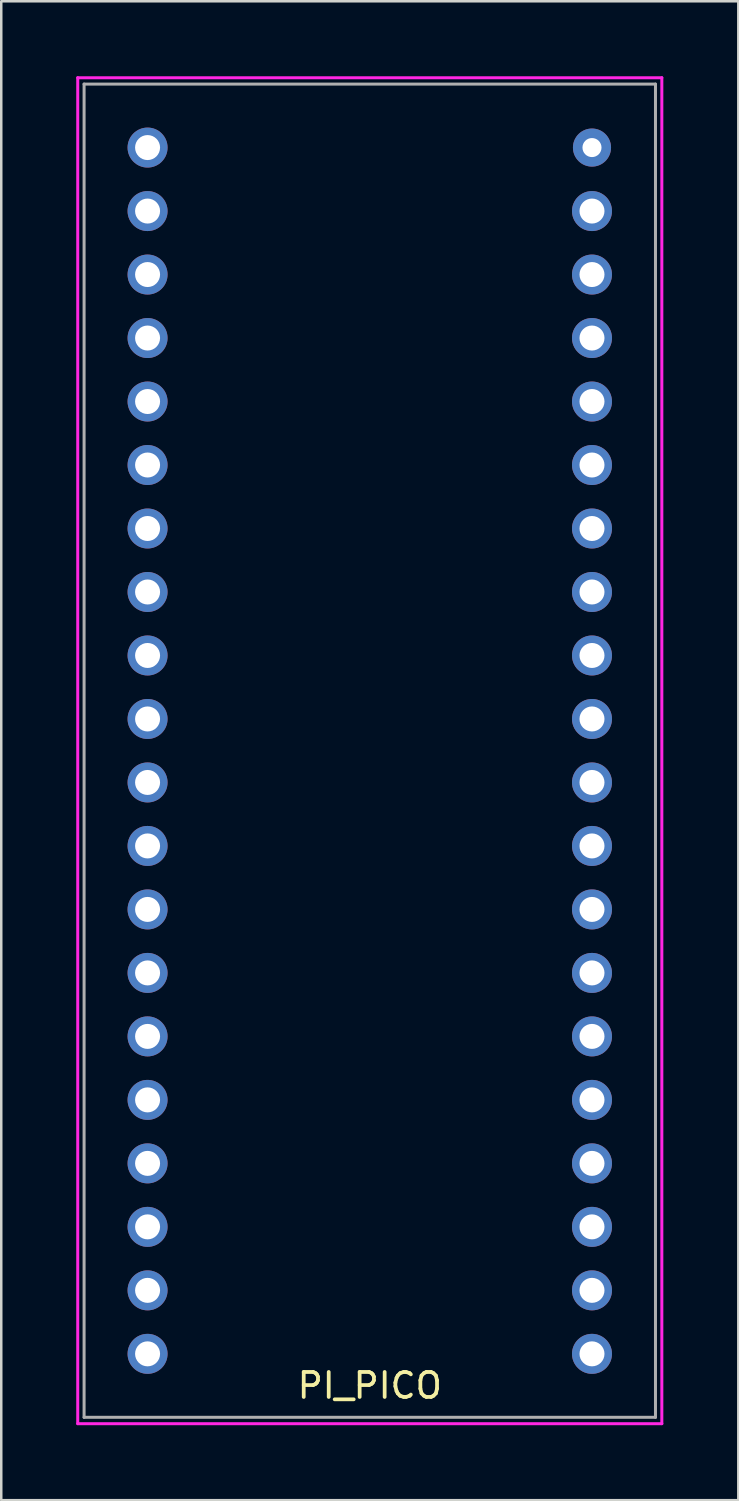
<source format=kicad_pcb>
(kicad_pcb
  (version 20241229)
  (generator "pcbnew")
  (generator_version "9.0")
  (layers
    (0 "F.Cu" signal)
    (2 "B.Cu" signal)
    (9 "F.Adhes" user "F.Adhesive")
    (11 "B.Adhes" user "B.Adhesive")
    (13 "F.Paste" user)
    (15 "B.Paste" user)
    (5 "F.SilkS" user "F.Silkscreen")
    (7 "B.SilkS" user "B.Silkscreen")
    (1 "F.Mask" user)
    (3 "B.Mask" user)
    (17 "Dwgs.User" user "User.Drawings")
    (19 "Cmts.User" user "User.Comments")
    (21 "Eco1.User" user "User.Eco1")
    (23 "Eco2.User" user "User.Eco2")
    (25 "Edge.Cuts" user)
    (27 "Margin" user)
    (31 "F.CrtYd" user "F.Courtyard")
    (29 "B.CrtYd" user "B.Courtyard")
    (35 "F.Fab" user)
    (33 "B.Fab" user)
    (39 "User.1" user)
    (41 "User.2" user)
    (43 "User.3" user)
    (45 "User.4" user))
  (footprint "PI_PICO"
    (layer "F.Cu")
    (at 11.744 26.984)
    (property "Reference" "PI_PICO" (at 0 25.4 0) (layer "F.SilkS") (effects (font (size 1 1) (thickness 0.15))))
    (attr through_hole)
    (fp_line (start -11.684 -26.924) (end 11.684 -26.924) (stroke (width 0.12) (type solid)) (layer "F.CrtYd"))
    (fp_line (start -11.684 26.924) (end -11.684 -26.924) (stroke (width 0.12) (type solid)) (layer "F.CrtYd"))
    (fp_line (start 11.684 -26.924) (end 11.684 26.924) (stroke (width 0.12) (type solid)) (layer "F.CrtYd"))
    (fp_line (start 11.684 26.924) (end -11.684 26.924) (stroke (width 0.12) (type solid)) (layer "F.CrtYd"))
    (fp_line (start -11.43 -26.67) (end -11.43 26.67) (stroke (width 0.12) (type solid)) (layer "F.Fab"))
    (fp_line (start -11.43 26.67) (end 11.43 26.67) (stroke (width 0.12) (type solid)) (layer "F.Fab"))
    (fp_line (start 11.43 -26.67) (end -11.43 -26.67) (stroke (width 0.12) (type solid)) (layer "F.Fab"))
    (fp_line (start 11.43 26.67) (end 11.43 -26.67) (stroke (width 0.12) (type solid)) (layer "F.Fab"))
    (pad "1" thru_hole circle (at -8.89 -24.13) (size 1.6 1.6) (drill 1) (layers "*.Cu" "*.Mask"))
    (pad "2" thru_hole circle (at -8.89 -21.59) (size 1.6 1.6) (drill 1) (layers "*.Cu" "*.Mask"))
    (pad "3" thru_hole circle (at -8.89 -19.05) (size 1.6 1.6) (drill 1) (layers "*.Cu" "*.Mask"))
    (pad "4" thru_hole circle (at -8.89 -16.51) (size 1.6 1.6) (drill 1) (layers "*.Cu" "*.Mask"))
    (pad "5" thru_hole circle (at -8.89 -13.97) (size 1.6 1.6) (drill 1) (layers "*.Cu" "*.Mask"))
    (pad "6" thru_hole circle (at -8.89 -11.43) (size 1.6 1.6) (drill 1) (layers "*.Cu" "*.Mask"))
    (pad "7" thru_hole circle (at -8.89 -8.89) (size 1.6 1.6) (drill 1) (layers "*.Cu" "*.Mask"))
    (pad "8" thru_hole circle (at -8.89 -6.35) (size 1.6 1.6) (drill 1) (layers "*.Cu" "*.Mask"))
    (pad "9" thru_hole circle (at -8.89 -3.81) (size 1.6 1.6) (drill 1) (layers "*.Cu" "*.Mask"))
    (pad "10" thru_hole circle (at -8.89 -1.27) (size 1.6 1.6) (drill 1) (layers "*.Cu" "*.Mask"))
    (pad "11" thru_hole circle (at -8.89 1.27) (size 1.6 1.6) (drill 1) (layers "*.Cu" "*.Mask"))
    (pad "12" thru_hole circle (at -8.89 3.81) (size 1.6 1.6) (drill 1) (layers "*.Cu" "*.Mask"))
    (pad "13" thru_hole circle (at -8.89 6.35) (size 1.6 1.6) (drill 1) (layers "*.Cu" "*.Mask"))
    (pad "14" thru_hole circle (at -8.89 8.89) (size 1.6 1.6) (drill 1) (layers "*.Cu" "*.Mask"))
    (pad "15" thru_hole circle (at -8.89 11.43) (size 1.6 1.6) (drill 1) (layers "*.Cu" "*.Mask"))
    (pad "16" thru_hole circle (at -8.89 13.97) (size 1.6 1.6) (drill 1) (layers "*.Cu" "*.Mask"))
    (pad "17" thru_hole circle (at -8.89 16.51) (size 1.6 1.6) (drill 1) (layers "*.Cu" "*.Mask"))
    (pad "18" thru_hole circle (at -8.89 19.05) (size 1.6 1.6) (drill 1) (layers "*.Cu" "*.Mask"))
    (pad "19" thru_hole circle (at -8.89 21.59) (size 1.6 1.6) (drill 1) (layers "*.Cu" "*.Mask"))
    (pad "20" thru_hole circle (at -8.89 24.13) (size 1.6 1.6) (drill 1) (layers "*.Cu" "*.Mask"))
    (pad "21" thru_hole circle (at 8.89 24.13) (size 1.6 1.6) (drill 1) (layers "*.Cu" "*.Mask"))
    (pad "22" thru_hole circle (at 8.89 21.59) (size 1.6 1.6) (drill 1) (layers "*.Cu" "*.Mask"))
    (pad "23" thru_hole circle (at 8.89 19.05) (size 1.6 1.6) (drill 1) (layers "*.Cu" "*.Mask"))
    (pad "24" thru_hole circle (at 8.89 16.51) (size 1.6 1.6) (drill 1) (layers "*.Cu" "*.Mask"))
    (pad "25" thru_hole circle (at 8.89 13.97) (size 1.6 1.6) (drill 1) (layers "*.Cu" "*.Mask"))
    (pad "26" thru_hole circle (at 8.89 11.43) (size 1.6 1.6) (drill 1) (layers "*.Cu" "*.Mask"))
    (pad "27" thru_hole circle (at 8.89 8.89) (size 1.6 1.6) (drill 1) (layers "*.Cu" "*.Mask"))
    (pad "28" thru_hole circle (at 8.89 6.35) (size 1.6 1.6) (drill 1) (layers "*.Cu" "*.Mask"))
    (pad "29" thru_hole circle (at 8.89 3.81) (size 1.6 1.6) (drill 1) (layers "*.Cu" "*.Mask"))
    (pad "30" thru_hole circle (at 8.89 1.27) (size 1.6 1.6) (drill 1) (layers "*.Cu" "*.Mask"))
    (pad "31" thru_hole circle (at 8.89 -1.27) (size 1.6 1.6) (drill 1) (layers "*.Cu" "*.Mask"))
    (pad "32" thru_hole circle (at 8.89 -3.81) (size 1.6 1.6) (drill 1) (layers "*.Cu" "*.Mask"))
    (pad "33" thru_hole circle (at 8.89 -6.35) (size 1.6 1.6) (drill 1) (layers "*.Cu" "*.Mask"))
    (pad "34" thru_hole circle (at 8.89 -8.89) (size 1.6 1.6) (drill 1) (layers "*.Cu" "*.Mask"))
    (pad "35" thru_hole circle (at 8.89 -11.43) (size 1.6 1.6) (drill 1) (layers "*.Cu" "*.Mask"))
    (pad "36" thru_hole circle (at 8.89 -13.97) (size 1.6 1.6) (drill 1) (layers "*.Cu" "*.Mask"))
    (pad "37" thru_hole circle (at 8.89 -16.51) (size 1.6 1.6) (drill 1) (layers "*.Cu" "*.Mask"))
    (pad "38" thru_hole circle (at 8.89 -19.05) (size 1.6 1.6) (drill 1) (layers "*.Cu" "*.Mask"))
    (pad "39" thru_hole circle (at 8.89 -21.59) (size 1.6 1.6) (drill 1) (layers "*.Cu" "*.Mask"))
    (pad "40" thru_hole circle (at 8.89 -24.13) (size 1.524 1.524) (drill 0.762) (layers "*.Cu" "*.Mask")))
  (gr_rect
    (start -3 -3)
    (end 26.488 56.968)
    (stroke (width 0.1) (type default))
    (fill no)
    (layer "Edge.Cuts")))
</source>
